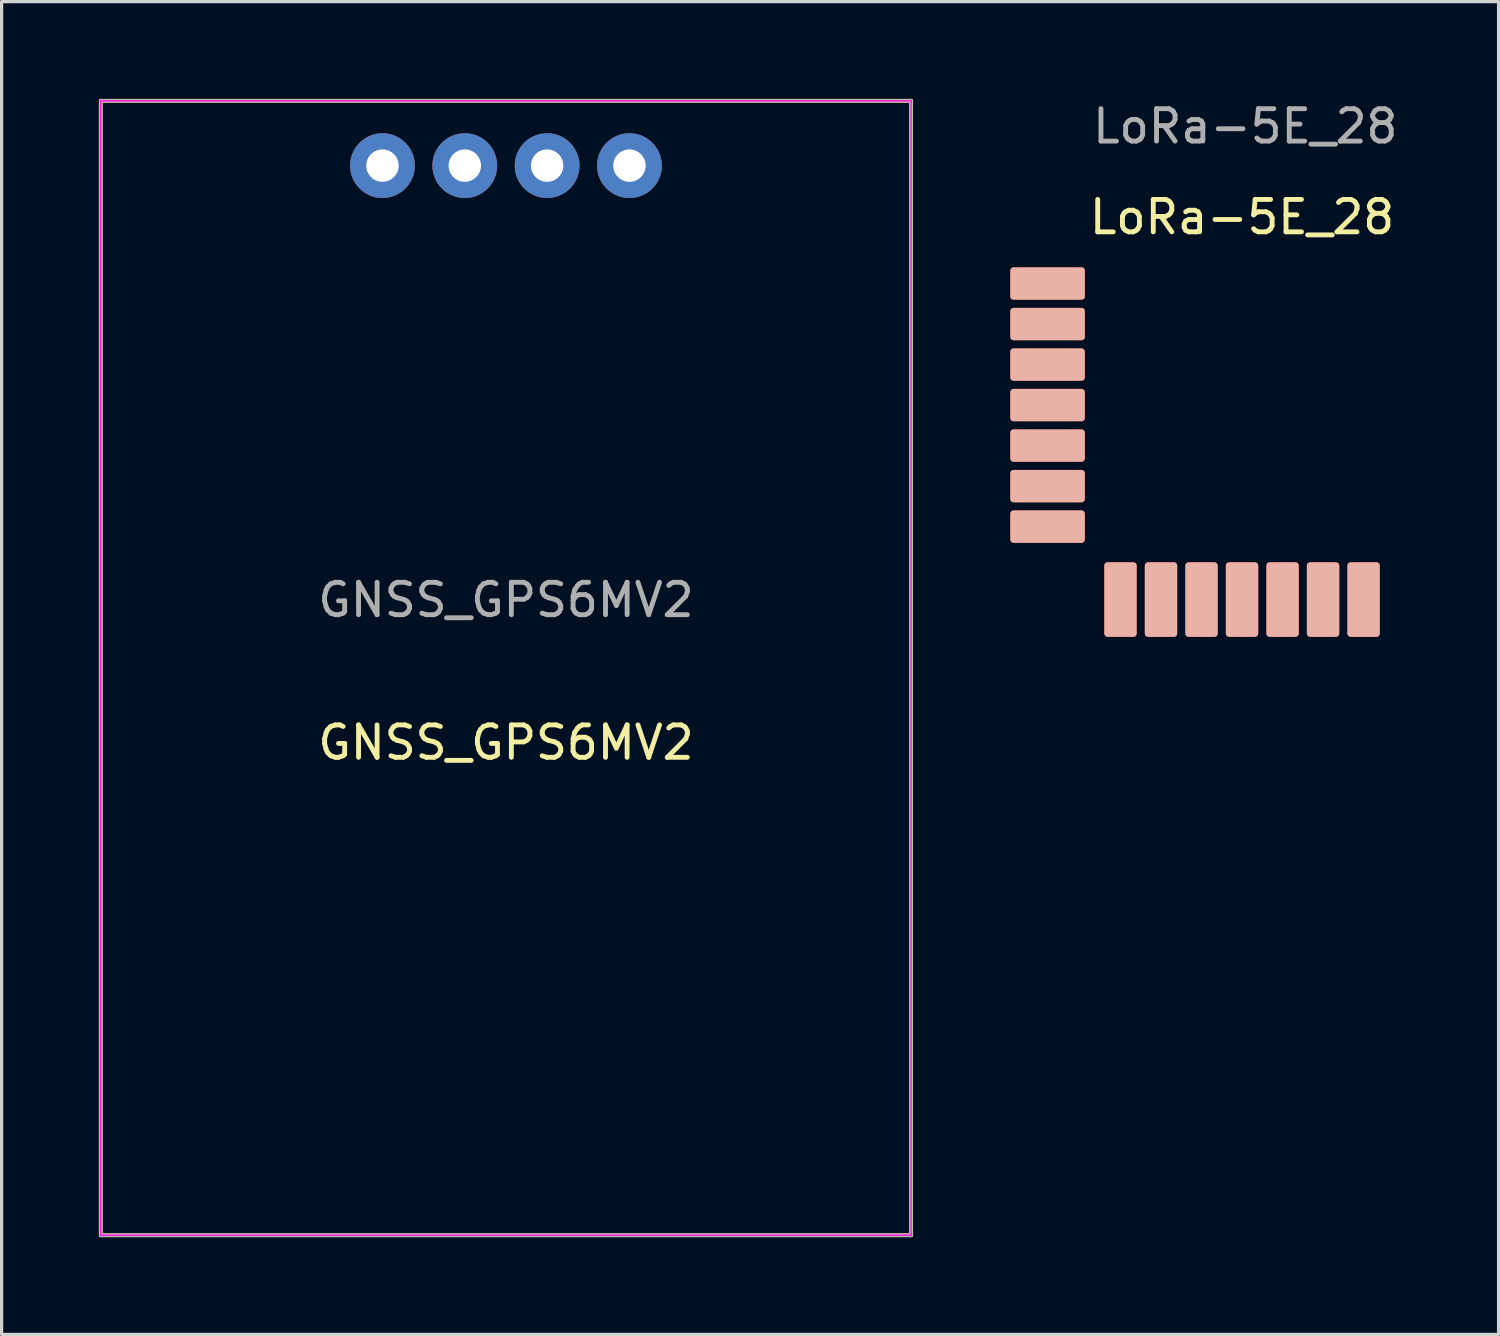
<source format=kicad_pcb>
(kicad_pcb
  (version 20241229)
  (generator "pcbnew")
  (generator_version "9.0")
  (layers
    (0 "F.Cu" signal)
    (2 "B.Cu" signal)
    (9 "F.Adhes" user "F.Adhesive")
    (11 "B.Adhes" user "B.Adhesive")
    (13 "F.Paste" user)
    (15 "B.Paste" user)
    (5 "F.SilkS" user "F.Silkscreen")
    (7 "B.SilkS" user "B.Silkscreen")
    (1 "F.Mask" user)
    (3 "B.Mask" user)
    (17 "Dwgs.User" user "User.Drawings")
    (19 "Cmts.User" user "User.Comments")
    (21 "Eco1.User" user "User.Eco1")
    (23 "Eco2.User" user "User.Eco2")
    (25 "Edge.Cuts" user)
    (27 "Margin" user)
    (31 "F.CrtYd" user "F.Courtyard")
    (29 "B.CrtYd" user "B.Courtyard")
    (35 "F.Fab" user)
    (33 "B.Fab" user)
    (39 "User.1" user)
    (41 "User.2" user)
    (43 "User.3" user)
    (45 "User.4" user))
  (footprint "GNSS_GPS6MV2"
    (layer "F.Cu")
    (at 12.56 2.06)
    (property "Reference" "GNSS_GPS6MV2" (at 0 17.8 0) (unlocked yes) (layer "F.SilkS") (effects (font (size 1 1) (thickness 0.15))))
    (attr smd)
    (fp_line (start -12.5 -2) (end 12.5 -2) (stroke (width 0.12) (type solid)) (layer "F.SilkS"))
    (fp_line (start -12.5 33) (end -12.5 -2) (stroke (width 0.12) (type solid)) (layer "F.SilkS"))
    (fp_line (start -12.5 33) (end 12.5 33) (stroke (width 0.12) (type solid)) (layer "F.SilkS"))
    (fp_line (start 12.5 -2) (end 12.5 33) (stroke (width 0.12) (type solid)) (layer "F.SilkS"))
    (fp_line (start -12.5 -2) (end 12.5 -2) (stroke (width 0.05) (type solid)) (layer "F.CrtYd"))
    (fp_line (start -12.5 33) (end -12.5 -2) (stroke (width 0.05) (type solid)) (layer "F.CrtYd"))
    (fp_line (start 12.5 -2) (end 12.5 33) (stroke (width 0.05) (type solid)) (layer "F.CrtYd"))
    (fp_line (start 12.5 33) (end -12.5 33) (stroke (width 0.05) (type solid)) (layer "F.CrtYd"))
    (fp_line (start -12.5 -2) (end 12.5 -2) (stroke (width 0.1) (type solid)) (layer "F.Fab"))
    (fp_line (start -12.5 33) (end -12.5 -2) (stroke (width 0.1) (type solid)) (layer "F.Fab"))
    (fp_line (start 12.5 -2) (end 12.5 33) (stroke (width 0.1) (type solid)) (layer "F.Fab"))
    (fp_line (start 12.5 33) (end -12.5 33) (stroke (width 0.1) (type solid)) (layer "F.Fab"))
    (fp_text user "${REFERENCE}" (at 0 13.4 0) (unlocked yes) (layer "F.Fab") (effects (font (size 1 1) (thickness 0.15))))
    (pad "1" thru_hole circle (at -3.81 0) (size 2 2) (drill 1) (layers "*.Cu" "*.Mask"))
    (pad "2" thru_hole circle (at -1.27 0) (size 2 2) (drill 1) (layers "*.Cu" "*.Mask"))
    (pad "3" thru_hole circle (at 1.27 0) (size 2 2) (drill 1) (layers "*.Cu" "*.Mask"))
    (pad "4" thru_hole circle (at 3.81 0) (size 2 2) (drill 1) (layers "*.Cu" "*.Mask")))
  (footprint "LoRa-5E_28"
    (layer "F.Cu")
    (at 35.27 9.448)
    (property "Reference" "LoRa-5E_28" (at 0 -5.8 0) (unlocked yes) (layer "F.SilkS") (effects (font (size 1 1) (thickness 0.15))))
    (attr smd)
    (fp_text user "${REFERENCE}" (at 0.1 -8.6 0) (unlocked yes) (layer "F.Fab") (effects (font (size 1 1) (thickness 0.15))))
    (pad "1" smd roundrect (at -6 -3.75 90) (size 1 2.3) (layers "F.Cu" "F.Mask" "B.SilkS" "F.Paste") (roundrect_rratio 0.1))
    (pad "1" smd roundrect (at -3.75 6 180) (size 1 2.3) (layers "F.Cu" "F.Mask" "B.SilkS" "F.Paste") (roundrect_rratio 0.1))
    (pad "2" smd roundrect (at -6 -2.5 90) (size 1 2.3) (layers "F.Cu" "F.Mask" "B.SilkS" "F.Paste") (roundrect_rratio 0.1))
    (pad "2" smd roundrect (at -2.5 6 180) (size 1 2.3) (layers "F.Cu" "F.Mask" "B.SilkS" "F.Paste") (roundrect_rratio 0.1))
    (pad "3" smd roundrect (at -6 -1.25 90) (size 1 2.3) (layers "F.Cu" "F.Mask" "B.SilkS" "F.Paste") (roundrect_rratio 0.1))
    (pad "3" smd roundrect (at -1.25 6 180) (size 1 2.3) (layers "F.Cu" "F.Mask" "B.SilkS" "F.Paste") (roundrect_rratio 0.1))
    (pad "4" smd roundrect (at -6 0 90) (size 1 2.3) (layers "F.Cu" "F.Mask" "B.SilkS" "F.Paste") (roundrect_rratio 0.1))
    (pad "4" smd roundrect (at 0 6 180) (size 1 2.3) (layers "F.Cu" "F.Mask" "B.SilkS" "F.Paste") (roundrect_rratio 0.1))
    (pad "5" smd roundrect (at -6 1.25 90) (size 1 2.3) (layers "F.Cu" "F.Mask" "B.SilkS" "F.Paste") (roundrect_rratio 0.1))
    (pad "5" smd roundrect (at 1.25 6 180) (size 1 2.3) (layers "F.Cu" "F.Mask" "B.SilkS" "F.Paste") (roundrect_rratio 0.1))
    (pad "6" smd roundrect (at -6 2.5 90) (size 1 2.3) (layers "F.Cu" "F.Mask" "B.SilkS" "F.Paste") (roundrect_rratio 0.1))
    (pad "6" smd roundrect (at 2.5 6 180) (size 1 2.3) (layers "F.Cu" "F.Mask" "B.SilkS" "F.Paste") (roundrect_rratio 0.1))
    (pad "7" smd roundrect (at -6 3.75 90) (size 1 2.3) (layers "F.Cu" "F.Mask" "B.SilkS" "F.Paste") (roundrect_rratio 0.1))
    (pad "7" smd roundrect (at 3.75 6 180) (size 1 2.3) (layers "F.Cu" "F.Mask" "B.SilkS" "F.Paste") (roundrect_rratio 0.1)))
  (gr_rect
    (start -3 -3)
    (end 43.185 38.12)
    (stroke (width 0.1) (type default))
    (fill no)
    (layer "Edge.Cuts")))
</source>
